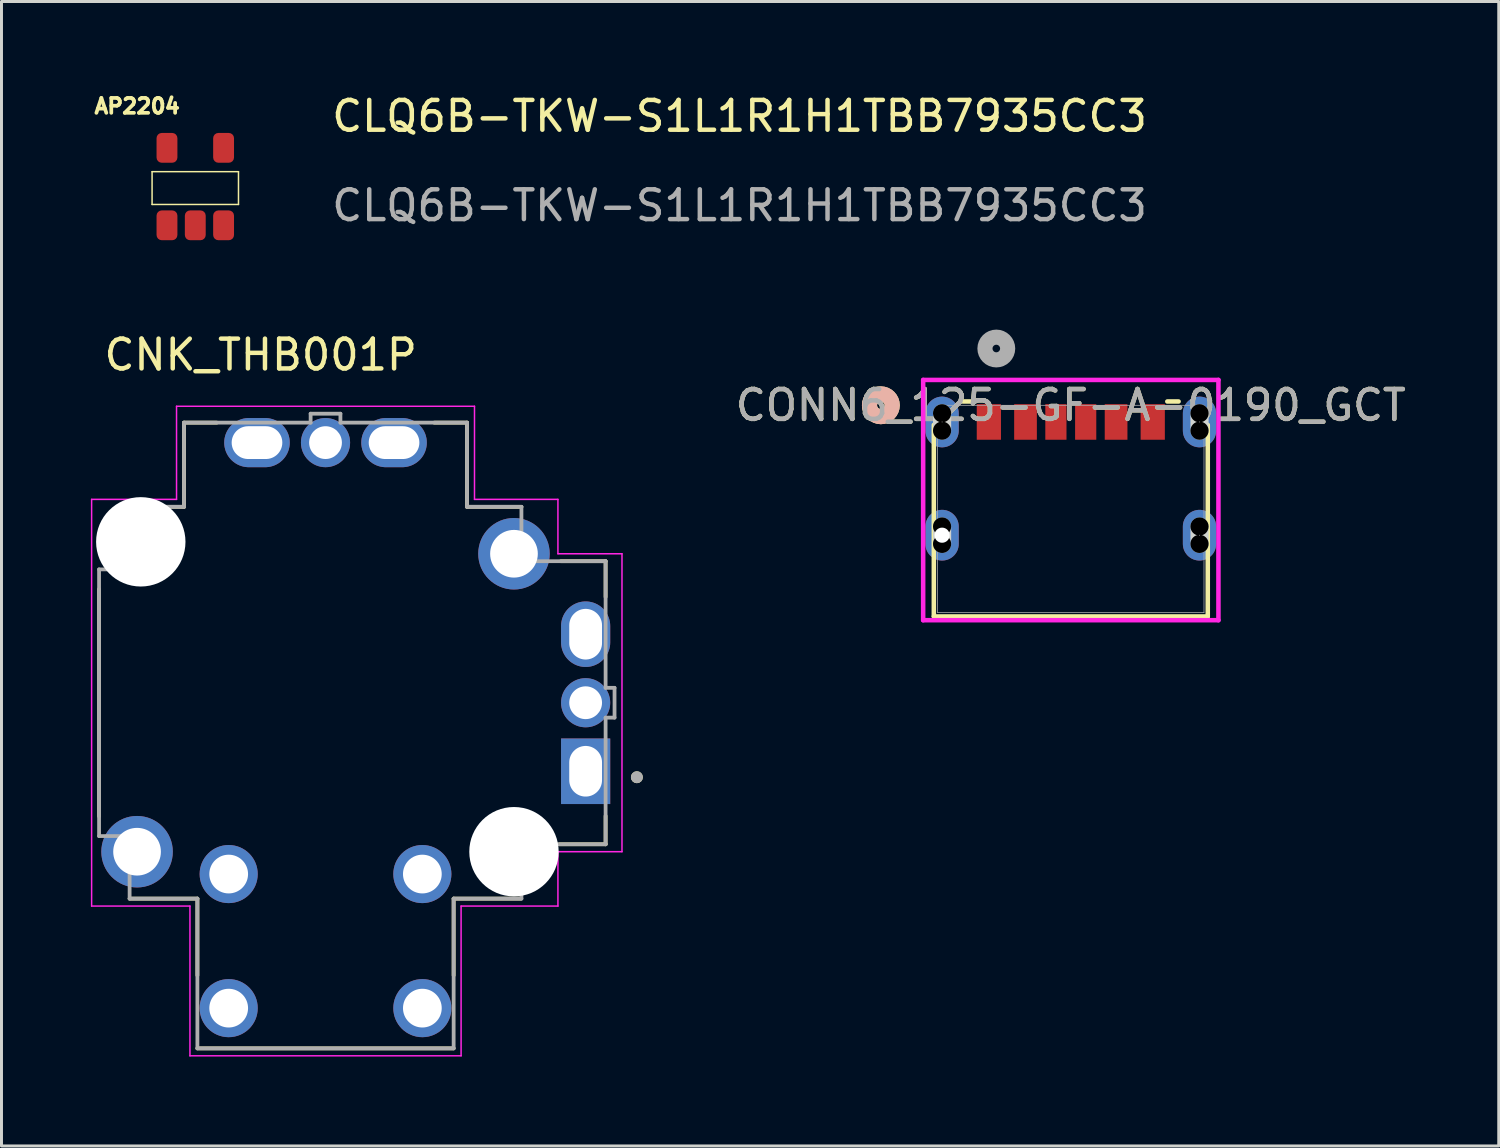
<source format=kicad_pcb>
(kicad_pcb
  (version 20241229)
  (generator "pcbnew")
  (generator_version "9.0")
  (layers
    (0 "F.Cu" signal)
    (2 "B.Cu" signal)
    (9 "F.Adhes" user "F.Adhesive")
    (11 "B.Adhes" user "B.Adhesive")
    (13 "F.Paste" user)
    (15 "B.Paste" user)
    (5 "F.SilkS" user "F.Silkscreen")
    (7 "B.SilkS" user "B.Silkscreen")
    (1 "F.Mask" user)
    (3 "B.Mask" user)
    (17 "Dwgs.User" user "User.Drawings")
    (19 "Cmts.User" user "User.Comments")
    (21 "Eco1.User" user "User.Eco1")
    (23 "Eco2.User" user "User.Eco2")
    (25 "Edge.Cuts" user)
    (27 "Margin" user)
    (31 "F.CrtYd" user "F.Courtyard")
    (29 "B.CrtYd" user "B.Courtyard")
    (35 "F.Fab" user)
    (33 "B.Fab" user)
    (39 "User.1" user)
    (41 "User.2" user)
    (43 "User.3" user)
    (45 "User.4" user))
  (footprint "CNK_THB001P"
    (layer "F.Cu")
    (at 7.875 20.535)
    (property "Reference" "CNK_THB001P" (at -2.175 -11.675 0) (layer "F.SilkS") (effects (font (size 1 1) (thickness 0.15))))
    (attr through_hole)
    (fp_line (start -7.6 -3.81) (end -7.6 3.81) (stroke (width 0.127) (type solid)) (layer "F.SilkS"))
    (fp_line (start -6.575 6.575) (end -4.3 6.575) (stroke (width 0.127) (type solid)) (layer "F.SilkS"))
    (fp_line (start -4.75 -9.4) (end -4.75 -6.575) (stroke (width 0.127) (type solid)) (layer "F.SilkS"))
    (fp_line (start -4.75 -6.575) (end -6.575 -6.575) (stroke (width 0.127) (type solid)) (layer "F.SilkS"))
    (fp_line (start -4.3 6.575) (end -4.3 9.15) (stroke (width 0.127) (type solid)) (layer "F.SilkS"))
    (fp_line (start -4.3 11.6) (end 4.3 11.6) (stroke (width 0.127) (type solid)) (layer "F.SilkS"))
    (fp_line (start -3.65 -9.4) (end -4.75 -9.4) (stroke (width 0.127) (type solid)) (layer "F.SilkS"))
    (fp_line (start 3.65 -9.4) (end 4.75 -9.4) (stroke (width 0.127) (type solid)) (layer "F.SilkS"))
    (fp_line (start 4.3 6.575) (end 6.55 6.575) (stroke (width 0.127) (type solid)) (layer "F.SilkS"))
    (fp_line (start 4.3 9.15) (end 4.3 6.575) (stroke (width 0.127) (type solid)) (layer "F.SilkS"))
    (fp_line (start 4.75 -9.4) (end 4.75 -6.575) (stroke (width 0.127) (type solid)) (layer "F.SilkS"))
    (fp_line (start 4.75 -6.575) (end 6.575 -6.575) (stroke (width 0.127) (type solid)) (layer "F.SilkS"))
    (fp_line (start 7.9 -4.75) (end 9.4 -4.75) (stroke (width 0.127) (type solid)) (layer "F.SilkS"))
    (fp_line (start 9.4 -4.75) (end 9.4 -3.55) (stroke (width 0.127) (type solid)) (layer "F.SilkS"))
    (fp_line (start 9.4 3.8) (end 9.4 4.75) (stroke (width 0.127) (type solid)) (layer "F.SilkS"))
    (fp_line (start 9.4 4.75) (end 7.85 4.75) (stroke (width 0.127) (type solid)) (layer "F.SilkS"))
    (fp_circle (center 10.45 2.5) (end 10.55 2.5) (stroke (width 0.2) (type solid)) (fill no) (layer "F.SilkS"))
    (fp_line (start -7.85 -6.825) (end -5 -6.825) (stroke (width 0.05) (type solid)) (layer "F.CrtYd"))
    (fp_line (start -7.85 6.825) (end -7.85 -6.825) (stroke (width 0.05) (type solid)) (layer "F.CrtYd"))
    (fp_line (start -5 -9.95) (end 5 -9.95) (stroke (width 0.05) (type solid)) (layer "F.CrtYd"))
    (fp_line (start -5 -6.825) (end -5 -9.95) (stroke (width 0.05) (type solid)) (layer "F.CrtYd"))
    (fp_line (start -4.55 6.825) (end -7.85 6.825) (stroke (width 0.05) (type solid)) (layer "F.CrtYd"))
    (fp_line (start -4.55 11.85) (end -4.55 6.825) (stroke (width 0.05) (type solid)) (layer "F.CrtYd"))
    (fp_line (start 4.55 6.825) (end 4.55 11.85) (stroke (width 0.05) (type solid)) (layer "F.CrtYd"))
    (fp_line (start 4.55 11.85) (end -4.55 11.85) (stroke (width 0.05) (type solid)) (layer "F.CrtYd"))
    (fp_line (start 5 -9.95) (end 5 -6.825) (stroke (width 0.05) (type solid)) (layer "F.CrtYd"))
    (fp_line (start 5 -6.825) (end 7.8 -6.825) (stroke (width 0.05) (type solid)) (layer "F.CrtYd"))
    (fp_line (start 7.8 -6.825) (end 7.8 -5) (stroke (width 0.05) (type solid)) (layer "F.CrtYd"))
    (fp_line (start 7.8 -5) (end 9.95 -5) (stroke (width 0.05) (type solid)) (layer "F.CrtYd"))
    (fp_line (start 7.8 5) (end 7.8 6.825) (stroke (width 0.05) (type solid)) (layer "F.CrtYd"))
    (fp_line (start 7.8 6.825) (end 4.55 6.825) (stroke (width 0.05) (type solid)) (layer "F.CrtYd"))
    (fp_line (start 9.95 -5) (end 9.95 5) (stroke (width 0.05) (type solid)) (layer "F.CrtYd"))
    (fp_line (start 9.95 5) (end 7.8 5) (stroke (width 0.05) (type solid)) (layer "F.CrtYd"))
    (fp_line (start -7.6 -4.475) (end -6.575 -4.475) (stroke (width 0.127) (type solid)) (layer "F.Fab"))
    (fp_line (start -7.6 4.475) (end -7.6 -4.475) (stroke (width 0.127) (type solid)) (layer "F.Fab"))
    (fp_line (start -6.575 -6.575) (end -4.75 -6.575) (stroke (width 0.127) (type solid)) (layer "F.Fab"))
    (fp_line (start -6.575 -4.475) (end -6.575 -6.575) (stroke (width 0.127) (type solid)) (layer "F.Fab"))
    (fp_line (start -6.575 4.475) (end -7.6 4.475) (stroke (width 0.127) (type solid)) (layer "F.Fab"))
    (fp_line (start -6.575 6.575) (end -6.575 4.475) (stroke (width 0.127) (type solid)) (layer "F.Fab"))
    (fp_line (start -4.75 -9.4) (end -0.5 -9.4) (stroke (width 0.127) (type solid)) (layer "F.Fab"))
    (fp_line (start -4.75 -6.575) (end -4.75 -9.4) (stroke (width 0.127) (type solid)) (layer "F.Fab"))
    (fp_line (start -4.3 6.575) (end -6.575 6.575) (stroke (width 0.127) (type solid)) (layer "F.Fab"))
    (fp_line (start -4.3 11.6) (end -4.3 6.575) (stroke (width 0.127) (type solid)) (layer "F.Fab"))
    (fp_line (start -0.5 -9.7) (end 0.5 -9.7) (stroke (width 0.127) (type solid)) (layer "F.Fab"))
    (fp_line (start -0.5 -9.4) (end -0.5 -9.7) (stroke (width 0.127) (type solid)) (layer "F.Fab"))
    (fp_line (start 0.5 -9.7) (end 0.5 -9.4) (stroke (width 0.127) (type solid)) (layer "F.Fab"))
    (fp_line (start 0.5 -9.4) (end 4.75 -9.4) (stroke (width 0.127) (type solid)) (layer "F.Fab"))
    (fp_line (start 4.3 6.575) (end 4.3 11.6) (stroke (width 0.127) (type solid)) (layer "F.Fab"))
    (fp_line (start 4.3 11.6) (end -4.3 11.6) (stroke (width 0.127) (type solid)) (layer "F.Fab"))
    (fp_line (start 4.75 -9.4) (end 4.75 -6.575) (stroke (width 0.127) (type solid)) (layer "F.Fab"))
    (fp_line (start 4.75 -6.575) (end 6.575 -6.575) (stroke (width 0.127) (type solid)) (layer "F.Fab"))
    (fp_line (start 6.575 -6.575) (end 6.575 -4.75) (stroke (width 0.127) (type solid)) (layer "F.Fab"))
    (fp_line (start 6.575 -4.75) (end 9.4 -4.75) (stroke (width 0.127) (type solid)) (layer "F.Fab"))
    (fp_line (start 6.575 4.75) (end 6.575 6.575) (stroke (width 0.127) (type solid)) (layer "F.Fab"))
    (fp_line (start 6.575 6.575) (end 4.3 6.575) (stroke (width 0.127) (type solid)) (layer "F.Fab"))
    (fp_line (start 9.4 -4.75) (end 9.4 -0.5) (stroke (width 0.127) (type solid)) (layer "F.Fab"))
    (fp_line (start 9.4 -0.5) (end 9.7 -0.5) (stroke (width 0.127) (type solid)) (layer "F.Fab"))
    (fp_line (start 9.4 0.5) (end 9.4 4.75) (stroke (width 0.127) (type solid)) (layer "F.Fab"))
    (fp_line (start 9.4 4.75) (end 6.575 4.75) (stroke (width 0.127) (type solid)) (layer "F.Fab"))
    (fp_line (start 9.7 -0.5) (end 9.7 0.5) (stroke (width 0.127) (type solid)) (layer "F.Fab"))
    (fp_line (start 9.7 0.5) (end 9.4 0.5) (stroke (width 0.127) (type solid)) (layer "F.Fab"))
    (fp_circle (center 10.45 2.5) (end 10.55 2.5) (stroke (width 0.2) (type solid)) (fill no) (layer "F.Fab"))
    (pad "" np_thru_hole oval (at -6.2 -5.4) (size 3 3) (drill oval 3 4) (layers "*.Cu" "*.Mask"))
    (pad "" np_thru_hole oval (at 6.325 5) (size 3 3) (drill oval 3 4) (layers "*.Cu" "*.Mask"))
    (pad "A" thru_hole circle (at -3.25 5.75) (size 1.95 1.95) (drill 1.3) (layers "*.Cu" "*.Mask"))
    (pad "B" thru_hole circle (at 3.25 5.75) (size 1.95 1.95) (drill 1.3) (layers "*.Cu" "*.Mask"))
    (pad "C" thru_hole circle (at -3.25 10.25) (size 1.95 1.95) (drill 1.3) (layers "*.Cu" "*.Mask"))
    (pad "D" thru_hole circle (at 3.25 10.25) (size 1.95 1.95) (drill 1.3) (layers "*.Cu" "*.Mask"))
    (pad "S1" thru_hole circle (at 6.325 -5) (size 2.4 2.4) (drill 1.6) (layers "*.Cu" "*.Mask"))
    (pad "S3" thru_hole circle (at -6.325 5) (size 2.4 2.4) (drill 1.6) (layers "*.Cu" "*.Mask"))
    (pad "VR1_1" thru_hole rect (at 8.73 2.3) (size 1.65 2.2) (drill oval 1.1 1.7) (layers "*.Cu" "*.Mask"))
    (pad "VR1_2" thru_hole circle (at 8.73 0) (size 1.65 1.65) (drill 1.1) (layers "*.Cu" "*.Mask"))
    (pad "VR1_3" thru_hole oval (at 8.73 -2.3) (size 1.65 2.2) (drill oval 1.1 1.7) (layers "*.Cu" "*.Mask"))
    (pad "VR2_1" thru_hole oval (at 2.3 -8.73) (size 2.2 1.65) (drill oval 1.7 1.1) (layers "*.Cu" "*.Mask"))
    (pad "VR2_2" thru_hole circle (at 0 -8.73) (size 1.65 1.65) (drill 1.1) (layers "*.Cu" "*.Mask"))
    (pad "VR2_3" thru_hole oval (at -2.3 -8.73) (size 2.2 1.65) (drill oval 1.7 1.1) (layers "*.Cu" "*.Mask")))
  (footprint "AP2204"
    (layer "F.Cu")
    (at 3.454 3.212)
    (property "Reference" "AP2204" (at -1.9 -2.7 0) (layer "F.SilkS") (effects (font (size 0.5 0.5) (thickness 0.125))))
    (attr through_hole)
    (fp_line (start -1.4 -0.5) (end -1.4 0.6) (stroke (width 0.05) (type solid)) (layer "F.SilkS"))
    (fp_line (start -1.4 0.6) (end 1.5 0.6) (stroke (width 0.05) (type solid)) (layer "F.SilkS"))
    (fp_line (start 1.5 -0.5) (end -1.4 -0.5) (stroke (width 0.05) (type solid)) (layer "F.SilkS"))
    (fp_line (start 1.5 0.6) (end 1.5 -0.5) (stroke (width 0.05) (type solid)) (layer "F.SilkS"))
    (pad "1" smd roundrect (at -0.9 1.3) (size 0.7 1) (layers "F.Cu" "F.Mask" "F.Paste") (roundrect_rratio 0.25))
    (pad "2" smd roundrect (at 0.05 1.3) (size 0.7 1) (layers "F.Cu" "F.Mask" "F.Paste") (roundrect_rratio 0.25))
    (pad "3" smd roundrect (at 1 1.3) (size 0.7 1) (layers "F.Cu" "F.Mask" "F.Paste") (roundrect_rratio 0.25))
    (pad "4" smd roundrect (at 1 -1.3) (size 0.7 1) (layers "F.Cu" "F.Mask" "F.Paste") (roundrect_rratio 0.25))
    (pad "5" smd roundrect (at -0.9 -1.3) (size 0.7 1) (layers "F.Cu" "F.Mask" "F.Paste") (roundrect_rratio 0.25)))
  (footprint "CLQ6B-TKW-S1L1R1H1TBB7935CC3"
    (layer "F.Cu")
    (at 21.771 1.348)
    (property "Reference" "CLQ6B-TKW-S1L1R1H1TBB7935CC3" (at 0 -0.5 0) (unlocked yes) (layer "F.SilkS") (effects (font (size 1 1) (thickness 0.15))))
    (attr smd)
    (fp_text user "${REFERENCE}" (at 0 2.5 0) (unlocked yes) (layer "F.Fab") (effects (font (size 1 1) (thickness 0.15)))))
  (footprint "CONN6_125-GF-A-0190_GCT"
    (layer "F.Cu")
    (at 30.138 11.112)
    (property "Reference" "CONN6_125-GF-A-0190_GCT" (at 2.75 -0.56 0) (unlocked yes) (layer "F.SilkS") (effects (font (size 1 1) (thickness 0.15))))
    (attr smd)
    (fp_line (start -1.847 0.098) (end -1.847 6.527) (stroke (width 0.152) (type solid)) (layer "F.SilkS"))
    (fp_line (start -1.847 6.527) (end 7.347 6.527) (stroke (width 0.152) (type solid)) (layer "F.SilkS"))
    (fp_line (start -0.489 -0.687) (end -0.868 -0.687) (stroke (width 0.152) (type solid)) (layer "F.SilkS"))
    (fp_line (start 6.368 -0.687) (end 5.989 -0.687) (stroke (width 0.152) (type solid)) (layer "F.SilkS"))
    (fp_line (start 7.347 6.527) (end 7.347 0.098) (stroke (width 0.152) (type solid)) (layer "F.SilkS"))
    (fp_circle (center -3.625 -0.56) (end -3.244 -0.56) (stroke (width 0.508) (type solid)) (fill no) (layer "F.SilkS"))
    (fp_circle (center -3.625 -0.56) (end -3.244 -0.56) (stroke (width 0.508) (type solid)) (fill no) (layer "B.SilkS"))
    (fp_line (start -1.57 0.292) (end -1.57 -0.292) (stroke (width 0.61) (type solid)) (layer "Edge.Cuts"))
    (fp_line (start -1.57 4.092) (end -1.57 3.508) (stroke (width 0.61) (type solid)) (layer "Edge.Cuts"))
    (fp_line (start 7.07 0.292) (end 7.07 -0.292) (stroke (width 0.61) (type solid)) (layer "Edge.Cuts"))
    (fp_line (start 7.07 4.092) (end 7.07 3.508) (stroke (width 0.61) (type solid)) (layer "Edge.Cuts"))
    (fp_line (start -2.205 -1.411) (end -2.205 6.654) (stroke (width 0.152) (type solid)) (layer "F.CrtYd"))
    (fp_line (start -2.205 6.654) (end 7.705 6.654) (stroke (width 0.152) (type solid)) (layer "F.CrtYd"))
    (fp_line (start 7.705 -1.411) (end -2.205 -1.411) (stroke (width 0.152) (type solid)) (layer "F.CrtYd"))
    (fp_line (start 7.705 6.654) (end 7.705 -1.411) (stroke (width 0.152) (type solid)) (layer "F.CrtYd"))
    (fp_line (start -1.72 -0.56) (end -1.72 6.4) (stroke (width 0.025) (type solid)) (layer "F.Fab"))
    (fp_line (start -1.72 6.4) (end 7.22 6.4) (stroke (width 0.025) (type solid)) (layer "F.Fab"))
    (fp_line (start 7.22 -0.56) (end -1.72 -0.56) (stroke (width 0.025) (type solid)) (layer "F.Fab"))
    (fp_line (start 7.22 6.4) (end 7.22 -0.56) (stroke (width 0.025) (type solid)) (layer "F.Fab"))
    (fp_circle (center 0.25 -2.465) (end 0.631 -2.465) (stroke (width 0.508) (type solid)) (fill no) (layer "F.Fab"))
    (fp_text user "${REFERENCE}" (at 2.75 -0.56 0) (unlocked yes) (layer "F.Fab") (effects (font (size 1 1) (thickness 0.15))))
    (pad "" np_thru_hole circle (at -1.57 -0.292) (size 0.61 0.61) (drill 0.61) (layers))
    (pad "" np_thru_hole circle (at -1.57 0.292) (size 0.61 0.61) (drill 0.61) (layers))
    (pad "" np_thru_hole circle (at -1.57 3.508) (size 0.61 0.61) (drill 0.61) (layers))
    (pad "" np_thru_hole circle (at -1.57 4.092) (size 0.61 0.61) (drill 0.61) (layers))
    (pad "" np_thru_hole circle (at 7.07 -0.292) (size 0.61 0.61) (drill 0.61) (layers))
    (pad "" np_thru_hole circle (at 7.07 0.292) (size 0.61 0.61) (drill 0.61) (layers))
    (pad "" np_thru_hole circle (at 7.07 3.508) (size 0.61 0.61) (drill 0.61) (layers))
    (pad "" np_thru_hole circle (at 7.07 4.092) (size 0.61 0.61) (drill 0.61) (layers))
    (pad "7" thru_hole oval (at -1.57 0 90) (size 1.702 1.118) (drill 0.025) (layers "*.Cu" "*.Mask"))
    (pad "8" thru_hole oval (at -1.57 3.8 90) (size 1.702 1.118) (drill 0.025) (layers "*.Cu" "*.Mask"))
    (pad "9" thru_hole oval (at 7.07 0 90) (size 1.702 1.118) (drill 0.025) (layers "*.Cu" "*.Mask"))
    (pad "10" thru_hole oval (at 7.07 3.8 90) (size 1.702 1.118) (drill 0.025) (layers "*.Cu" "*.Mask"))
    (pad "13" thru_hole circle (at -1.57 3.8) (size 0.762 0.762) (drill 0.508) (layers "*.Cu" "*.Mask"))
    (pad "A5" smd rect (at 2.25 0) (size 0.711 1.194) (layers "F.Cu" "F.Mask" "F.Paste"))
    (pad "A9" smd rect (at 4.27 0) (size 0.762 1.194) (layers "F.Cu" "F.Mask" "F.Paste"))
    (pad "A12" smd rect (at 5.5 0) (size 0.813 1.194) (layers "F.Cu" "F.Mask" "F.Paste"))
    (pad "B5" smd rect (at 3.25 0) (size 0.711 1.194) (layers "F.Cu" "F.Mask" "F.Paste"))
    (pad "B9" smd rect (at 1.23 0) (size 0.762 1.194) (layers "F.Cu" "F.Mask" "F.Paste"))
    (pad "B12" smd rect (at 0 0) (size 0.813 1.194) (layers "F.Cu" "F.Mask" "F.Paste")))
  (gr_rect
    (start -3 -3)
    (end 47.251 35.41)
    (stroke (width 0.1) (type default))
    (fill no)
    (layer "Edge.Cuts")))
</source>
